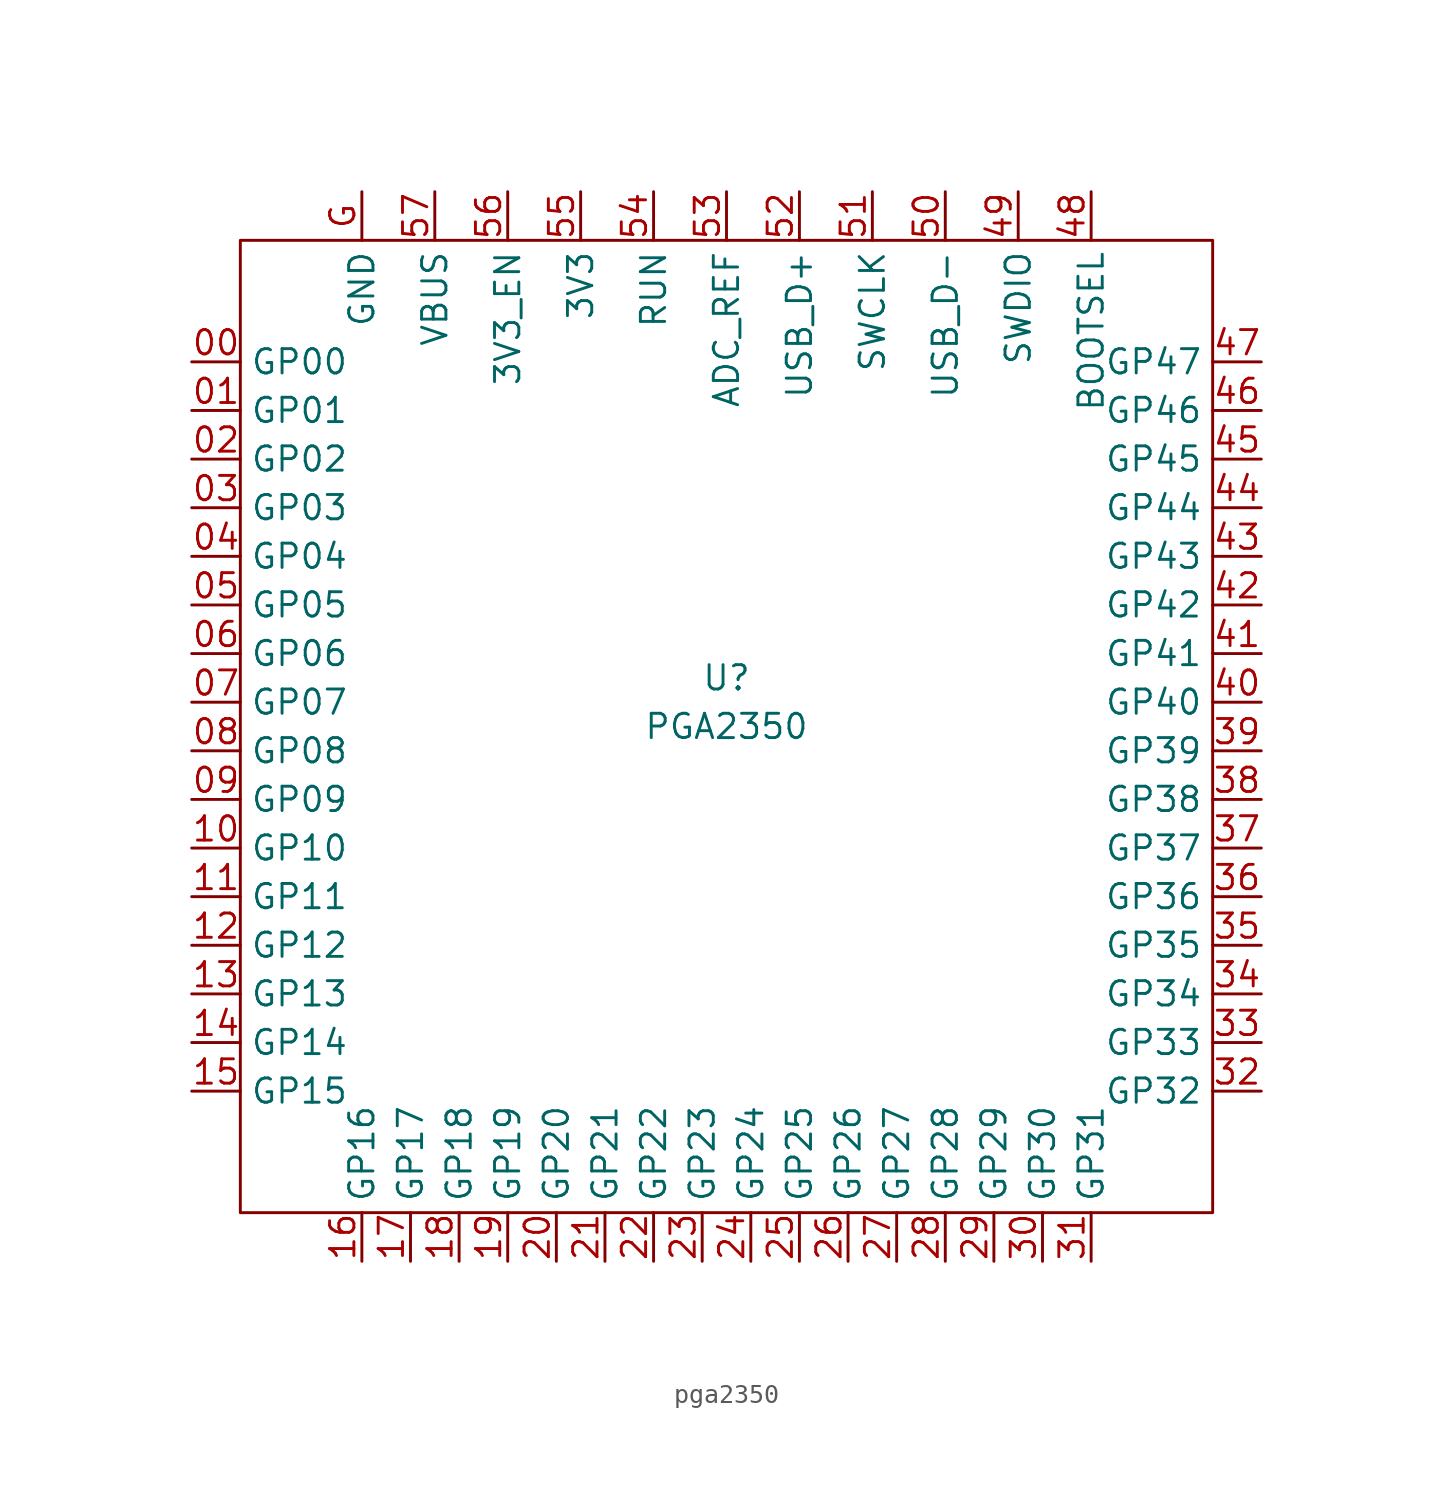
<source format=kicad_sym>
(kicad_symbol_lib
  (version 20241209)
  (generator "kicad_symbol_editor")
  (generator_version "9.0")
  (symbol "pga2350"
    (property "Reference" "U"
      (at 0 2.54 0)
      (effects (font (size 1.27 1.27))))
    (property "Value" "PGA2350"
      (at 0 0 0)
      (effects (font (size 1.27 1.27))))
    (symbol "pga2350_0_1"
      (rectangle (start -25.4 25.4) (end 25.4 -25.4) (stroke (width 0) (type default)) (fill (type none))))
    (symbol "pga2350_1_1"
      (pin bidirectional line (at -27.94 19.05 0) (length 2.54) (name "GP00" (effects (font (size 1.27 1.27)))) (number "00" (effects (font (size 1.27 1.27)))))
      (pin bidirectional line (at -27.94 16.51 0) (length 2.54) (name "GP01" (effects (font (size 1.27 1.27)))) (number "01" (effects (font (size 1.27 1.27)))))
      (pin bidirectional line (at -27.94 13.97 0) (length 2.54) (name "GP02" (effects (font (size 1.27 1.27)))) (number "02" (effects (font (size 1.27 1.27)))))
      (pin bidirectional line (at -27.94 11.43 0) (length 2.54) (name "GP03" (effects (font (size 1.27 1.27)))) (number "03" (effects (font (size 1.27 1.27)))))
      (pin bidirectional line (at -27.94 8.89 0) (length 2.54) (name "GP04" (effects (font (size 1.27 1.27)))) (number "04" (effects (font (size 1.27 1.27)))))
      (pin bidirectional line (at -27.94 6.35 0) (length 2.54) (name "GP05" (effects (font (size 1.27 1.27)))) (number "05" (effects (font (size 1.27 1.27)))))
      (pin bidirectional line (at -27.94 3.81 0) (length 2.54) (name "GP06" (effects (font (size 1.27 1.27)))) (number "06" (effects (font (size 1.27 1.27)))))
      (pin bidirectional line (at -27.94 1.27 0) (length 2.54) (name "GP07" (effects (font (size 1.27 1.27)))) (number "07" (effects (font (size 1.27 1.27)))))
      (pin bidirectional line (at -27.94 -1.27 0) (length 2.54) (name "GP08" (effects (font (size 1.27 1.27)))) (number "08" (effects (font (size 1.27 1.27)))))
      (pin bidirectional line (at -27.94 -3.81 0) (length 2.54) (name "GP09" (effects (font (size 1.27 1.27)))) (number "09" (effects (font (size 1.27 1.27)))))
      (pin bidirectional line (at -27.94 -6.35 0) (length 2.54) (name "GP10" (effects (font (size 1.27 1.27)))) (number "10" (effects (font (size 1.27 1.27)))))
      (pin bidirectional line (at -27.94 -8.89 0) (length 2.54) (name "GP11" (effects (font (size 1.27 1.27)))) (number "11" (effects (font (size 1.27 1.27)))))
      (pin bidirectional line (at -27.94 -11.43 0) (length 2.54) (name "GP12" (effects (font (size 1.27 1.27)))) (number "12" (effects (font (size 1.27 1.27)))))
      (pin bidirectional line (at -27.94 -13.97 0) (length 2.54) (name "GP13" (effects (font (size 1.27 1.27)))) (number "13" (effects (font (size 1.27 1.27)))))
      (pin bidirectional line (at -27.94 -16.51 0) (length 2.54) (name "GP14" (effects (font (size 1.27 1.27)))) (number "14" (effects (font (size 1.27 1.27)))))
      (pin bidirectional line (at -27.94 -19.05 0) (length 2.54) (name "GP15" (effects (font (size 1.27 1.27)))) (number "15" (effects (font (size 1.27 1.27)))))
      (pin power_in line (at -19.05 27.94 270) (length 2.54) (name "GND" (effects (font (size 1.27 1.27)))) (number "G" (effects (font (size 1.27 1.27)))))
      (pin bidirectional line (at -19.05 -27.94 90) (length 2.54) (name "GP16" (effects (font (size 1.27 1.27)))) (number "16" (effects (font (size 1.27 1.27)))))
      (pin bidirectional line (at -16.51 -27.94 90) (length 2.54) (name "GP17" (effects (font (size 1.27 1.27)))) (number "17" (effects (font (size 1.27 1.27)))))
      (pin power_in line (at -15.24 27.94 270) (length 2.54) (name "VBUS" (effects (font (size 1.27 1.27)))) (number "57" (effects (font (size 1.27 1.27)))))
      (pin bidirectional line (at -13.97 -27.94 90) (length 2.54) (name "GP18" (effects (font (size 1.27 1.27)))) (number "18" (effects (font (size 1.27 1.27)))))
      (pin power_in line (at -11.43 27.94 270) (length 2.54) (name "3V3_EN" (effects (font (size 1.27 1.27)))) (number "56" (effects (font (size 1.27 1.27)))))
      (pin bidirectional line (at -11.43 -27.94 90) (length 2.54) (name "GP19" (effects (font (size 1.27 1.27)))) (number "19" (effects (font (size 1.27 1.27)))))
      (pin bidirectional line (at -8.89 -27.94 90) (length 2.54) (name "GP20" (effects (font (size 1.27 1.27)))) (number "20" (effects (font (size 1.27 1.27)))))
      (pin power_out line (at -7.62 27.94 270) (length 2.54) (name "3V3" (effects (font (size 1.27 1.27)))) (number "55" (effects (font (size 1.27 1.27)))))
      (pin bidirectional line (at -6.35 -27.94 90) (length 2.54) (name "GP21" (effects (font (size 1.27 1.27)))) (number "21" (effects (font (size 1.27 1.27)))))
      (pin bidirectional line (at -3.81 27.94 270) (length 2.54) (name "RUN" (effects (font (size 1.27 1.27)))) (number "54" (effects (font (size 1.27 1.27)))))
      (pin bidirectional line (at -3.81 -27.94 90) (length 2.54) (name "GP22" (effects (font (size 1.27 1.27)))) (number "22" (effects (font (size 1.27 1.27)))))
      (pin bidirectional line (at -1.27 -27.94 90) (length 2.54) (name "GP23" (effects (font (size 1.27 1.27)))) (number "23" (effects (font (size 1.27 1.27)))))
      (pin bidirectional line (at 0 27.94 270) (length 2.54) (name "ADC_REF" (effects (font (size 1.27 1.27)))) (number "53" (effects (font (size 1.27 1.27)))))
      (pin bidirectional line (at 1.27 -27.94 90) (length 2.54) (name "GP24" (effects (font (size 1.27 1.27)))) (number "24" (effects (font (size 1.27 1.27)))))
      (pin bidirectional line (at 3.81 27.94 270) (length 2.54) (name "USB_D+" (effects (font (size 1.27 1.27)))) (number "52" (effects (font (size 1.27 1.27)))))
      (pin bidirectional line (at 3.81 -27.94 90) (length 2.54) (name "GP25" (effects (font (size 1.27 1.27)))) (number "25" (effects (font (size 1.27 1.27)))))
      (pin bidirectional line (at 6.35 -27.94 90) (length 2.54) (name "GP26" (effects (font (size 1.27 1.27)))) (number "26" (effects (font (size 1.27 1.27)))))
      (pin bidirectional line (at 7.62 27.94 270) (length 2.54) (name "SWCLK" (effects (font (size 1.27 1.27)))) (number "51" (effects (font (size 1.27 1.27)))))
      (pin bidirectional line (at 8.89 -27.94 90) (length 2.54) (name "GP27" (effects (font (size 1.27 1.27)))) (number "27" (effects (font (size 1.27 1.27)))))
      (pin bidirectional line (at 11.43 27.94 270) (length 2.54) (name "USB_D-" (effects (font (size 1.27 1.27)))) (number "50" (effects (font (size 1.27 1.27)))))
      (pin bidirectional line (at 11.43 -27.94 90) (length 2.54) (name "GP28" (effects (font (size 1.27 1.27)))) (number "28" (effects (font (size 1.27 1.27)))))
      (pin bidirectional line (at 13.97 -27.94 90) (length 2.54) (name "GP29" (effects (font (size 1.27 1.27)))) (number "29" (effects (font (size 1.27 1.27)))))
      (pin bidirectional line (at 15.24 27.94 270) (length 2.54) (name "SWDIO" (effects (font (size 1.27 1.27)))) (number "49" (effects (font (size 1.27 1.27)))))
      (pin bidirectional line (at 16.51 -27.94 90) (length 2.54) (name "GP30" (effects (font (size 1.27 1.27)))) (number "30" (effects (font (size 1.27 1.27)))))
      (pin bidirectional line (at 19.05 27.94 270) (length 2.54) (name "BOOTSEL" (effects (font (size 1.27 1.27)))) (number "48" (effects (font (size 1.27 1.27)))))
      (pin bidirectional line (at 19.05 -27.94 90) (length 2.54) (name "GP31" (effects (font (size 1.27 1.27)))) (number "31" (effects (font (size 1.27 1.27)))))
      (pin bidirectional line (at 27.94 19.05 180) (length 2.54) (name "GP47" (effects (font (size 1.27 1.27)))) (number "47" (effects (font (size 1.27 1.27)))))
      (pin bidirectional line (at 27.94 16.51 180) (length 2.54) (name "GP46" (effects (font (size 1.27 1.27)))) (number "46" (effects (font (size 1.27 1.27)))))
      (pin bidirectional line (at 27.94 13.97 180) (length 2.54) (name "GP45" (effects (font (size 1.27 1.27)))) (number "45" (effects (font (size 1.27 1.27)))))
      (pin bidirectional line (at 27.94 11.43 180) (length 2.54) (name "GP44" (effects (font (size 1.27 1.27)))) (number "44" (effects (font (size 1.27 1.27)))))
      (pin bidirectional line (at 27.94 8.89 180) (length 2.54) (name "GP43" (effects (font (size 1.27 1.27)))) (number "43" (effects (font (size 1.27 1.27)))))
      (pin bidirectional line (at 27.94 6.35 180) (length 2.54) (name "GP42" (effects (font (size 1.27 1.27)))) (number "42" (effects (font (size 1.27 1.27)))))
      (pin bidirectional line (at 27.94 3.81 180) (length 2.54) (name "GP41" (effects (font (size 1.27 1.27)))) (number "41" (effects (font (size 1.27 1.27)))))
      (pin bidirectional line (at 27.94 1.27 180) (length 2.54) (name "GP40" (effects (font (size 1.27 1.27)))) (number "40" (effects (font (size 1.27 1.27)))))
      (pin bidirectional line (at 27.94 -1.27 180) (length 2.54) (name "GP39" (effects (font (size 1.27 1.27)))) (number "39" (effects (font (size 1.27 1.27)))))
      (pin bidirectional line (at 27.94 -3.81 180) (length 2.54) (name "GP38" (effects (font (size 1.27 1.27)))) (number "38" (effects (font (size 1.27 1.27)))))
      (pin bidirectional line (at 27.94 -6.35 180) (length 2.54) (name "GP37" (effects (font (size 1.27 1.27)))) (number "37" (effects (font (size 1.27 1.27)))))
      (pin bidirectional line (at 27.94 -8.89 180) (length 2.54) (name "GP36" (effects (font (size 1.27 1.27)))) (number "36" (effects (font (size 1.27 1.27)))))
      (pin bidirectional line (at 27.94 -11.43 180) (length 2.54) (name "GP35" (effects (font (size 1.27 1.27)))) (number "35" (effects (font (size 1.27 1.27)))))
      (pin bidirectional line (at 27.94 -13.97 180) (length 2.54) (name "GP34" (effects (font (size 1.27 1.27)))) (number "34" (effects (font (size 1.27 1.27)))))
      (pin bidirectional line (at 27.94 -16.51 180) (length 2.54) (name "GP33" (effects (font (size 1.27 1.27)))) (number "33" (effects (font (size 1.27 1.27)))))
      (pin bidirectional line (at 27.94 -19.05 180) (length 2.54) (name "GP32" (effects (font (size 1.27 1.27)))) (number "32" (effects (font (size 1.27 1.27))))))))
</source>
